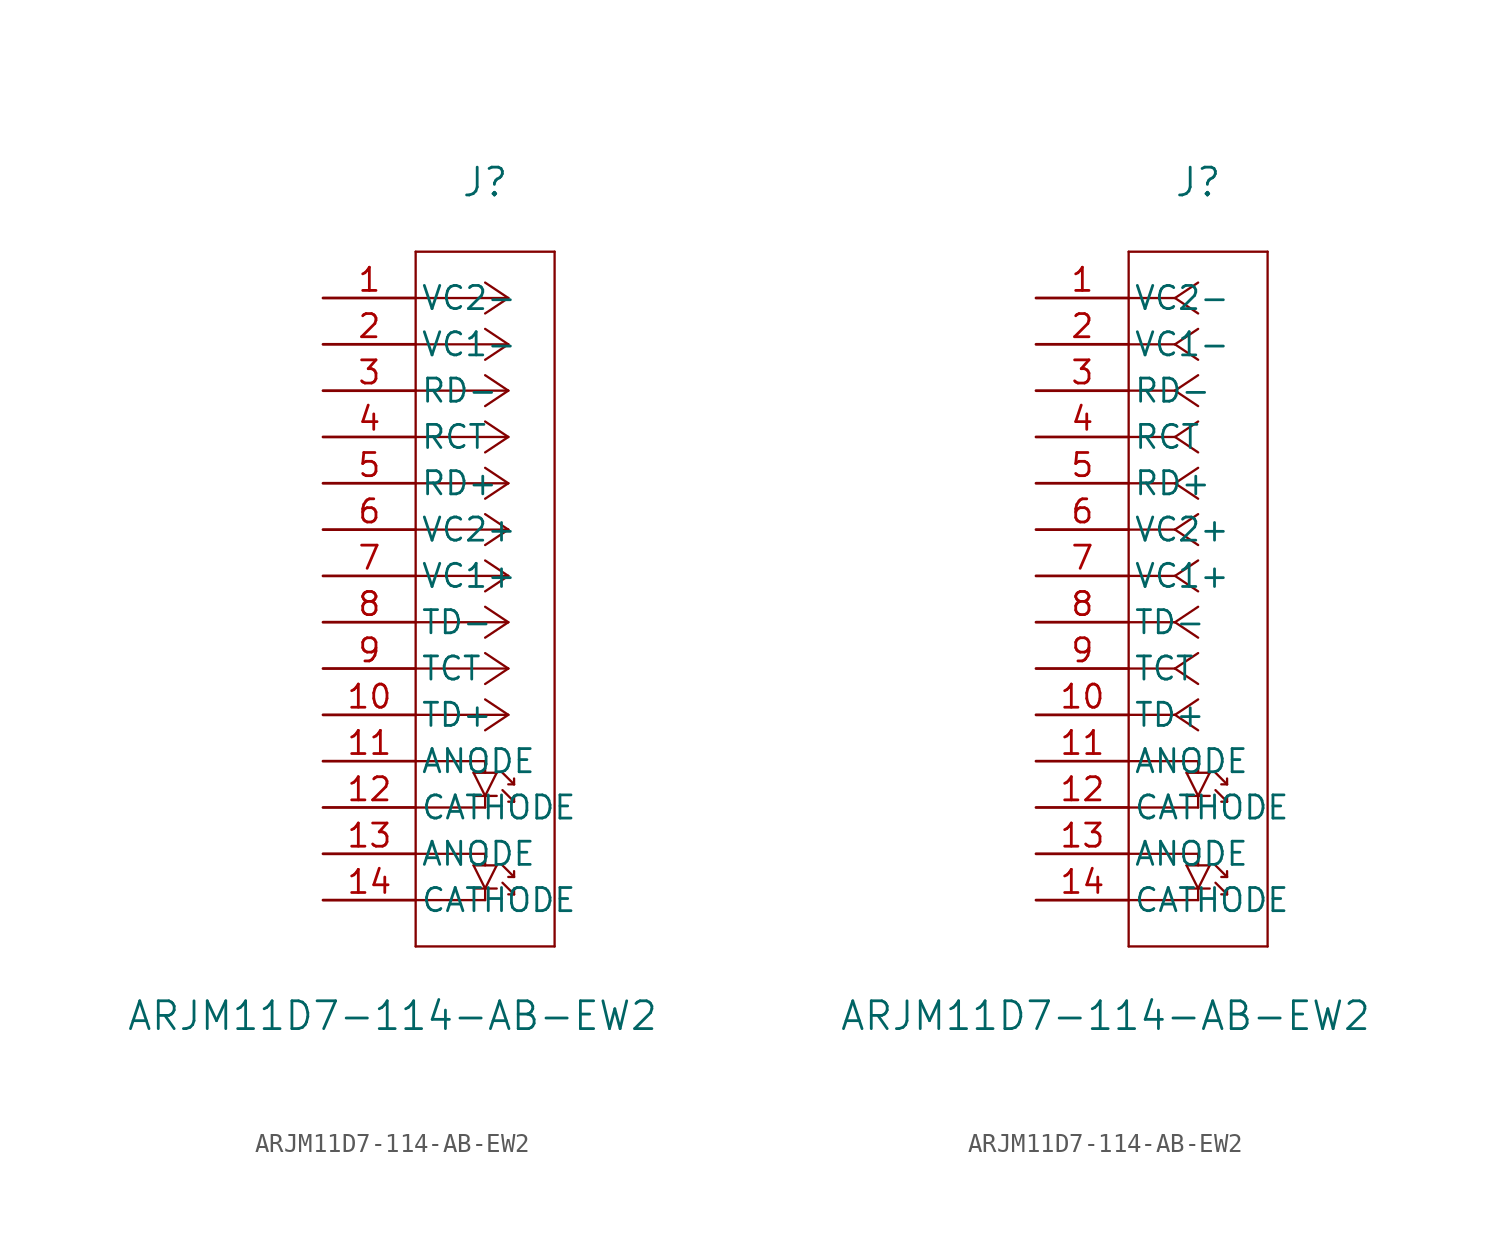
<source format=kicad_sym>
(kicad_symbol_lib
  (version 20211014)
  (generator kicad_symbol_editor)
  (symbol "ARJM11D7-114-AB-EW2"
    (pin_names
      (offset 0.254))
    (property "Reference" "J"
      (at 8.89 6.35 0)
      (effects (font (size 1.524 1.524))))
    (property "Value" "ARJM11D7-114-AB-EW2"
      (at 3.81 -39.37 0)
      (effects (font (size 1.524 1.524))))
    (property "ki_locked" ""
      (at 0 0 0)
      (effects (font (size 1.27 1.27))))
    (symbol "ARJM11D7-114-AB-EW2_1_1"
      (polyline (pts (xy 5.08 -35.56) (xy 12.7 -35.56)) (stroke (width 0.127) (type default) (color 0 0 0 0)) (fill (type none)))
      (polyline (pts (xy 5.08 2.54) (xy 5.08 -35.56)) (stroke (width 0.127) (type default) (color 0 0 0 0)) (fill (type none)))
      (polyline (pts (xy 8.255 -32.385) (xy 9.525 -32.385)) (stroke (width 0.127) (type default) (color 0 0 0 0)) (fill (type none)))
      (polyline (pts (xy 8.255 -31.115) (xy 9.525 -31.115)) (stroke (width 0.127) (type default) (color 0 0 0 0)) (fill (type none)))
      (polyline (pts (xy 8.255 -27.305) (xy 9.525 -27.305)) (stroke (width 0.127) (type default) (color 0 0 0 0)) (fill (type none)))
      (polyline (pts (xy 8.255 -26.035) (xy 9.525 -26.035)) (stroke (width 0.127) (type default) (color 0 0 0 0)) (fill (type none)))
      (polyline (pts (xy 8.89 -33.02) (xy 5.08 -33.02)) (stroke (width 0.127) (type default) (color 0 0 0 0)) (fill (type none)))
      (polyline (pts (xy 8.89 -32.385) (xy 8.255 -31.115)) (stroke (width 0.127) (type default) (color 0 0 0 0)) (fill (type none)))
      (polyline (pts (xy 8.89 -32.385) (xy 8.89 -33.02)) (stroke (width 0.127) (type default) (color 0 0 0 0)) (fill (type none)))
      (polyline (pts (xy 8.89 -30.48) (xy 5.08 -30.48)) (stroke (width 0.127) (type default) (color 0 0 0 0)) (fill (type none)))
      (polyline (pts (xy 8.89 -30.48) (xy 8.89 -31.115)) (stroke (width 0.127) (type default) (color 0 0 0 0)) (fill (type none)))
      (polyline (pts (xy 8.89 -27.94) (xy 5.08 -27.94)) (stroke (width 0.127) (type default) (color 0 0 0 0)) (fill (type none)))
      (polyline (pts (xy 8.89 -27.305) (xy 8.255 -26.035)) (stroke (width 0.127) (type default) (color 0 0 0 0)) (fill (type none)))
      (polyline (pts (xy 8.89 -27.305) (xy 8.89 -27.94)) (stroke (width 0.127) (type default) (color 0 0 0 0)) (fill (type none)))
      (polyline (pts (xy 8.89 -25.4) (xy 5.08 -25.4)) (stroke (width 0.127) (type default) (color 0 0 0 0)) (fill (type none)))
      (polyline (pts (xy 8.89 -25.4) (xy 8.89 -26.035)) (stroke (width 0.127) (type default) (color 0 0 0 0)) (fill (type none)))
      (polyline (pts (xy 9.525 -31.115) (xy 8.89 -32.385)) (stroke (width 0.127) (type default) (color 0 0 0 0)) (fill (type none)))
      (polyline (pts (xy 9.525 -26.035) (xy 8.89 -27.305)) (stroke (width 0.127) (type default) (color 0 0 0 0)) (fill (type none)))
      (polyline (pts (xy 9.842 -32.068) (xy 10.477 -32.703)) (stroke (width 0.127) (type default) (color 0 0 0 0)) (fill (type none)))
      (polyline (pts (xy 9.842 -31.115) (xy 10.477 -31.75)) (stroke (width 0.127) (type default) (color 0 0 0 0)) (fill (type none)))
      (polyline (pts (xy 9.842 -26.988) (xy 10.477 -27.622)) (stroke (width 0.127) (type default) (color 0 0 0 0)) (fill (type none)))
      (polyline (pts (xy 9.842 -26.035) (xy 10.477 -26.67)) (stroke (width 0.127) (type default) (color 0 0 0 0)) (fill (type none)))
      (polyline (pts (xy 10.16 -22.86) (xy 5.08 -22.86)) (stroke (width 0.127) (type default) (color 0 0 0 0)) (fill (type none)))
      (polyline (pts (xy 10.16 -22.86) (xy 8.89 -23.707)) (stroke (width 0.127) (type default) (color 0 0 0 0)) (fill (type none)))
      (polyline (pts (xy 10.16 -22.86) (xy 8.89 -22.013)) (stroke (width 0.127) (type default) (color 0 0 0 0)) (fill (type none)))
      (polyline (pts (xy 10.16 -20.32) (xy 5.08 -20.32)) (stroke (width 0.127) (type default) (color 0 0 0 0)) (fill (type none)))
      (polyline (pts (xy 10.16 -20.32) (xy 8.89 -21.167)) (stroke (width 0.127) (type default) (color 0 0 0 0)) (fill (type none)))
      (polyline (pts (xy 10.16 -20.32) (xy 8.89 -19.473)) (stroke (width 0.127) (type default) (color 0 0 0 0)) (fill (type none)))
      (polyline (pts (xy 10.16 -17.78) (xy 5.08 -17.78)) (stroke (width 0.127) (type default) (color 0 0 0 0)) (fill (type none)))
      (polyline (pts (xy 10.16 -17.78) (xy 8.89 -18.627)) (stroke (width 0.127) (type default) (color 0 0 0 0)) (fill (type none)))
      (polyline (pts (xy 10.16 -17.78) (xy 8.89 -16.933)) (stroke (width 0.127) (type default) (color 0 0 0 0)) (fill (type none)))
      (polyline (pts (xy 10.16 -15.24) (xy 5.08 -15.24)) (stroke (width 0.127) (type default) (color 0 0 0 0)) (fill (type none)))
      (polyline (pts (xy 10.16 -15.24) (xy 8.89 -16.087)) (stroke (width 0.127) (type default) (color 0 0 0 0)) (fill (type none)))
      (polyline (pts (xy 10.16 -15.24) (xy 8.89 -14.393)) (stroke (width 0.127) (type default) (color 0 0 0 0)) (fill (type none)))
      (polyline (pts (xy 10.16 -12.7) (xy 5.08 -12.7)) (stroke (width 0.127) (type default) (color 0 0 0 0)) (fill (type none)))
      (polyline (pts (xy 10.16 -12.7) (xy 8.89 -13.547)) (stroke (width 0.127) (type default) (color 0 0 0 0)) (fill (type none)))
      (polyline (pts (xy 10.16 -12.7) (xy 8.89 -11.853)) (stroke (width 0.127) (type default) (color 0 0 0 0)) (fill (type none)))
      (polyline (pts (xy 10.16 -10.16) (xy 5.08 -10.16)) (stroke (width 0.127) (type default) (color 0 0 0 0)) (fill (type none)))
      (polyline (pts (xy 10.16 -10.16) (xy 8.89 -11.007)) (stroke (width 0.127) (type default) (color 0 0 0 0)) (fill (type none)))
      (polyline (pts (xy 10.16 -10.16) (xy 8.89 -9.313)) (stroke (width 0.127) (type default) (color 0 0 0 0)) (fill (type none)))
      (polyline (pts (xy 10.16 -7.62) (xy 5.08 -7.62)) (stroke (width 0.127) (type default) (color 0 0 0 0)) (fill (type none)))
      (polyline (pts (xy 10.16 -7.62) (xy 8.89 -8.467)) (stroke (width 0.127) (type default) (color 0 0 0 0)) (fill (type none)))
      (polyline (pts (xy 10.16 -7.62) (xy 8.89 -6.773)) (stroke (width 0.127) (type default) (color 0 0 0 0)) (fill (type none)))
      (polyline (pts (xy 10.16 -5.08) (xy 5.08 -5.08)) (stroke (width 0.127) (type default) (color 0 0 0 0)) (fill (type none)))
      (polyline (pts (xy 10.16 -5.08) (xy 8.89 -5.927)) (stroke (width 0.127) (type default) (color 0 0 0 0)) (fill (type none)))
      (polyline (pts (xy 10.16 -5.08) (xy 8.89 -4.233)) (stroke (width 0.127) (type default) (color 0 0 0 0)) (fill (type none)))
      (polyline (pts (xy 10.16 -2.54) (xy 5.08 -2.54)) (stroke (width 0.127) (type default) (color 0 0 0 0)) (fill (type none)))
      (polyline (pts (xy 10.16 -2.54) (xy 8.89 -3.387)) (stroke (width 0.127) (type default) (color 0 0 0 0)) (fill (type none)))
      (polyline (pts (xy 10.16 -2.54) (xy 8.89 -1.693)) (stroke (width 0.127) (type default) (color 0 0 0 0)) (fill (type none)))
      (polyline (pts (xy 10.16 0) (xy 5.08 0)) (stroke (width 0.127) (type default) (color 0 0 0 0)) (fill (type none)))
      (polyline (pts (xy 10.16 0) (xy 8.89 -0.847)) (stroke (width 0.127) (type default) (color 0 0 0 0)) (fill (type none)))
      (polyline (pts (xy 10.16 0) (xy 8.89 0.847)) (stroke (width 0.127) (type default) (color 0 0 0 0)) (fill (type none)))
      (polyline (pts (xy 10.477 -32.703) (xy 10.16 -32.703)) (stroke (width 0.127) (type default) (color 0 0 0 0)) (fill (type none)))
      (polyline (pts (xy 10.477 -32.703) (xy 10.477 -32.385)) (stroke (width 0.127) (type default) (color 0 0 0 0)) (fill (type none)))
      (polyline (pts (xy 10.477 -31.75) (xy 10.16 -31.75)) (stroke (width 0.127) (type default) (color 0 0 0 0)) (fill (type none)))
      (polyline (pts (xy 10.477 -31.75) (xy 10.477 -31.433)) (stroke (width 0.127) (type default) (color 0 0 0 0)) (fill (type none)))
      (polyline (pts (xy 10.477 -27.622) (xy 10.16 -27.622)) (stroke (width 0.127) (type default) (color 0 0 0 0)) (fill (type none)))
      (polyline (pts (xy 10.477 -27.622) (xy 10.477 -27.305)) (stroke (width 0.127) (type default) (color 0 0 0 0)) (fill (type none)))
      (polyline (pts (xy 10.477 -26.67) (xy 10.16 -26.67)) (stroke (width 0.127) (type default) (color 0 0 0 0)) (fill (type none)))
      (polyline (pts (xy 10.477 -26.67) (xy 10.477 -26.352)) (stroke (width 0.127) (type default) (color 0 0 0 0)) (fill (type none)))
      (polyline (pts (xy 12.7 -35.56) (xy 12.7 2.54)) (stroke (width 0.127) (type default) (color 0 0 0 0)) (fill (type none)))
      (polyline (pts (xy 12.7 2.54) (xy 5.08 2.54)) (stroke (width 0.127) (type default) (color 0 0 0 0)) (fill (type none)))
      (pin unspecified line (at 0 0 0) (length 5.08) (name "VC2-" (effects (font (size 1.27 1.27)))) (number "1" (effects (font (size 1.27 1.27)))))
      (pin unspecified line (at 0 -22.86 0) (length 5.08) (name "TD+" (effects (font (size 1.27 1.27)))) (number "10" (effects (font (size 1.27 1.27)))))
      (pin unspecified line (at 0 -25.4 0) (length 5.08) (name "ANODE" (effects (font (size 1.27 1.27)))) (number "11" (effects (font (size 1.27 1.27)))))
      (pin unspecified line (at 0 -27.94 0) (length 5.08) (name "CATHODE" (effects (font (size 1.27 1.27)))) (number "12" (effects (font (size 1.27 1.27)))))
      (pin unspecified line (at 0 -30.48 0) (length 5.08) (name "ANODE" (effects (font (size 1.27 1.27)))) (number "13" (effects (font (size 1.27 1.27)))))
      (pin unspecified line (at 0 -33.02 0) (length 5.08) (name "CATHODE" (effects (font (size 1.27 1.27)))) (number "14" (effects (font (size 1.27 1.27)))))
      (pin unspecified line (at 0 -2.54 0) (length 5.08) (name "VC1-" (effects (font (size 1.27 1.27)))) (number "2" (effects (font (size 1.27 1.27)))))
      (pin unspecified line (at 0 -5.08 0) (length 5.08) (name "RD-" (effects (font (size 1.27 1.27)))) (number "3" (effects (font (size 1.27 1.27)))))
      (pin unspecified line (at 0 -7.62 0) (length 5.08) (name "RCT" (effects (font (size 1.27 1.27)))) (number "4" (effects (font (size 1.27 1.27)))))
      (pin unspecified line (at 0 -10.16 0) (length 5.08) (name "RD+" (effects (font (size 1.27 1.27)))) (number "5" (effects (font (size 1.27 1.27)))))
      (pin unspecified line (at 0 -12.7 0) (length 5.08) (name "VC2+" (effects (font (size 1.27 1.27)))) (number "6" (effects (font (size 1.27 1.27)))))
      (pin unspecified line (at 0 -15.24 0) (length 5.08) (name "VC1+" (effects (font (size 1.27 1.27)))) (number "7" (effects (font (size 1.27 1.27)))))
      (pin unspecified line (at 0 -17.78 0) (length 5.08) (name "TD-" (effects (font (size 1.27 1.27)))) (number "8" (effects (font (size 1.27 1.27)))))
      (pin unspecified line (at 0 -20.32 0) (length 5.08) (name "TCT" (effects (font (size 1.27 1.27)))) (number "9" (effects (font (size 1.27 1.27))))))
    (symbol "ARJM11D7-114-AB-EW2_1_2"
      (polyline (pts (xy 5.08 -35.56) (xy 12.7 -35.56)) (stroke (width 0.127) (type default) (color 0 0 0 0)) (fill (type none)))
      (polyline (pts (xy 5.08 2.54) (xy 5.08 -35.56)) (stroke (width 0.127) (type default) (color 0 0 0 0)) (fill (type none)))
      (polyline (pts (xy 7.62 -22.86) (xy 5.08 -22.86)) (stroke (width 0.127) (type default) (color 0 0 0 0)) (fill (type none)))
      (polyline (pts (xy 7.62 -22.86) (xy 8.89 -23.707)) (stroke (width 0.127) (type default) (color 0 0 0 0)) (fill (type none)))
      (polyline (pts (xy 7.62 -22.86) (xy 8.89 -22.013)) (stroke (width 0.127) (type default) (color 0 0 0 0)) (fill (type none)))
      (polyline (pts (xy 7.62 -20.32) (xy 5.08 -20.32)) (stroke (width 0.127) (type default) (color 0 0 0 0)) (fill (type none)))
      (polyline (pts (xy 7.62 -20.32) (xy 8.89 -21.167)) (stroke (width 0.127) (type default) (color 0 0 0 0)) (fill (type none)))
      (polyline (pts (xy 7.62 -20.32) (xy 8.89 -19.473)) (stroke (width 0.127) (type default) (color 0 0 0 0)) (fill (type none)))
      (polyline (pts (xy 7.62 -17.78) (xy 5.08 -17.78)) (stroke (width 0.127) (type default) (color 0 0 0 0)) (fill (type none)))
      (polyline (pts (xy 7.62 -17.78) (xy 8.89 -18.627)) (stroke (width 0.127) (type default) (color 0 0 0 0)) (fill (type none)))
      (polyline (pts (xy 7.62 -17.78) (xy 8.89 -16.933)) (stroke (width 0.127) (type default) (color 0 0 0 0)) (fill (type none)))
      (polyline (pts (xy 7.62 -15.24) (xy 5.08 -15.24)) (stroke (width 0.127) (type default) (color 0 0 0 0)) (fill (type none)))
      (polyline (pts (xy 7.62 -15.24) (xy 8.89 -16.087)) (stroke (width 0.127) (type default) (color 0 0 0 0)) (fill (type none)))
      (polyline (pts (xy 7.62 -15.24) (xy 8.89 -14.393)) (stroke (width 0.127) (type default) (color 0 0 0 0)) (fill (type none)))
      (polyline (pts (xy 7.62 -12.7) (xy 5.08 -12.7)) (stroke (width 0.127) (type default) (color 0 0 0 0)) (fill (type none)))
      (polyline (pts (xy 7.62 -12.7) (xy 8.89 -13.547)) (stroke (width 0.127) (type default) (color 0 0 0 0)) (fill (type none)))
      (polyline (pts (xy 7.62 -12.7) (xy 8.89 -11.853)) (stroke (width 0.127) (type default) (color 0 0 0 0)) (fill (type none)))
      (polyline (pts (xy 7.62 -10.16) (xy 5.08 -10.16)) (stroke (width 0.127) (type default) (color 0 0 0 0)) (fill (type none)))
      (polyline (pts (xy 7.62 -10.16) (xy 8.89 -11.007)) (stroke (width 0.127) (type default) (color 0 0 0 0)) (fill (type none)))
      (polyline (pts (xy 7.62 -10.16) (xy 8.89 -9.313)) (stroke (width 0.127) (type default) (color 0 0 0 0)) (fill (type none)))
      (polyline (pts (xy 7.62 -7.62) (xy 5.08 -7.62)) (stroke (width 0.127) (type default) (color 0 0 0 0)) (fill (type none)))
      (polyline (pts (xy 7.62 -7.62) (xy 8.89 -8.467)) (stroke (width 0.127) (type default) (color 0 0 0 0)) (fill (type none)))
      (polyline (pts (xy 7.62 -7.62) (xy 8.89 -6.773)) (stroke (width 0.127) (type default) (color 0 0 0 0)) (fill (type none)))
      (polyline (pts (xy 7.62 -5.08) (xy 5.08 -5.08)) (stroke (width 0.127) (type default) (color 0 0 0 0)) (fill (type none)))
      (polyline (pts (xy 7.62 -5.08) (xy 8.89 -5.927)) (stroke (width 0.127) (type default) (color 0 0 0 0)) (fill (type none)))
      (polyline (pts (xy 7.62 -5.08) (xy 8.89 -4.233)) (stroke (width 0.127) (type default) (color 0 0 0 0)) (fill (type none)))
      (polyline (pts (xy 7.62 -2.54) (xy 5.08 -2.54)) (stroke (width 0.127) (type default) (color 0 0 0 0)) (fill (type none)))
      (polyline (pts (xy 7.62 -2.54) (xy 8.89 -3.387)) (stroke (width 0.127) (type default) (color 0 0 0 0)) (fill (type none)))
      (polyline (pts (xy 7.62 -2.54) (xy 8.89 -1.693)) (stroke (width 0.127) (type default) (color 0 0 0 0)) (fill (type none)))
      (polyline (pts (xy 7.62 0) (xy 5.08 0)) (stroke (width 0.127) (type default) (color 0 0 0 0)) (fill (type none)))
      (polyline (pts (xy 7.62 0) (xy 8.89 -0.847)) (stroke (width 0.127) (type default) (color 0 0 0 0)) (fill (type none)))
      (polyline (pts (xy 7.62 0) (xy 8.89 0.847)) (stroke (width 0.127) (type default) (color 0 0 0 0)) (fill (type none)))
      (polyline (pts (xy 8.255 -32.385) (xy 9.525 -32.385)) (stroke (width 0.127) (type default) (color 0 0 0 0)) (fill (type none)))
      (polyline (pts (xy 8.255 -31.115) (xy 9.525 -31.115)) (stroke (width 0.127) (type default) (color 0 0 0 0)) (fill (type none)))
      (polyline (pts (xy 8.255 -27.305) (xy 9.525 -27.305)) (stroke (width 0.127) (type default) (color 0 0 0 0)) (fill (type none)))
      (polyline (pts (xy 8.255 -26.035) (xy 9.525 -26.035)) (stroke (width 0.127) (type default) (color 0 0 0 0)) (fill (type none)))
      (polyline (pts (xy 8.89 -33.02) (xy 5.08 -33.02)) (stroke (width 0.127) (type default) (color 0 0 0 0)) (fill (type none)))
      (polyline (pts (xy 8.89 -32.385) (xy 8.255 -31.115)) (stroke (width 0.127) (type default) (color 0 0 0 0)) (fill (type none)))
      (polyline (pts (xy 8.89 -32.385) (xy 8.89 -33.02)) (stroke (width 0.127) (type default) (color 0 0 0 0)) (fill (type none)))
      (polyline (pts (xy 8.89 -30.48) (xy 5.08 -30.48)) (stroke (width 0.127) (type default) (color 0 0 0 0)) (fill (type none)))
      (polyline (pts (xy 8.89 -30.48) (xy 8.89 -31.115)) (stroke (width 0.127) (type default) (color 0 0 0 0)) (fill (type none)))
      (polyline (pts (xy 8.89 -27.94) (xy 5.08 -27.94)) (stroke (width 0.127) (type default) (color 0 0 0 0)) (fill (type none)))
      (polyline (pts (xy 8.89 -27.305) (xy 8.255 -26.035)) (stroke (width 0.127) (type default) (color 0 0 0 0)) (fill (type none)))
      (polyline (pts (xy 8.89 -27.305) (xy 8.89 -27.94)) (stroke (width 0.127) (type default) (color 0 0 0 0)) (fill (type none)))
      (polyline (pts (xy 8.89 -25.4) (xy 5.08 -25.4)) (stroke (width 0.127) (type default) (color 0 0 0 0)) (fill (type none)))
      (polyline (pts (xy 8.89 -25.4) (xy 8.89 -26.035)) (stroke (width 0.127) (type default) (color 0 0 0 0)) (fill (type none)))
      (polyline (pts (xy 9.525 -31.115) (xy 8.89 -32.385)) (stroke (width 0.127) (type default) (color 0 0 0 0)) (fill (type none)))
      (polyline (pts (xy 9.525 -26.035) (xy 8.89 -27.305)) (stroke (width 0.127) (type default) (color 0 0 0 0)) (fill (type none)))
      (polyline (pts (xy 9.842 -32.068) (xy 10.477 -32.703)) (stroke (width 0.127) (type default) (color 0 0 0 0)) (fill (type none)))
      (polyline (pts (xy 9.842 -31.115) (xy 10.477 -31.75)) (stroke (width 0.127) (type default) (color 0 0 0 0)) (fill (type none)))
      (polyline (pts (xy 9.842 -26.988) (xy 10.477 -27.622)) (stroke (width 0.127) (type default) (color 0 0 0 0)) (fill (type none)))
      (polyline (pts (xy 9.842 -26.035) (xy 10.477 -26.67)) (stroke (width 0.127) (type default) (color 0 0 0 0)) (fill (type none)))
      (polyline (pts (xy 10.477 -32.703) (xy 10.16 -32.703)) (stroke (width 0.127) (type default) (color 0 0 0 0)) (fill (type none)))
      (polyline (pts (xy 10.477 -32.703) (xy 10.477 -32.385)) (stroke (width 0.127) (type default) (color 0 0 0 0)) (fill (type none)))
      (polyline (pts (xy 10.477 -31.75) (xy 10.16 -31.75)) (stroke (width 0.127) (type default) (color 0 0 0 0)) (fill (type none)))
      (polyline (pts (xy 10.477 -31.75) (xy 10.477 -31.433)) (stroke (width 0.127) (type default) (color 0 0 0 0)) (fill (type none)))
      (polyline (pts (xy 10.477 -27.622) (xy 10.16 -27.622)) (stroke (width 0.127) (type default) (color 0 0 0 0)) (fill (type none)))
      (polyline (pts (xy 10.477 -27.622) (xy 10.477 -27.305)) (stroke (width 0.127) (type default) (color 0 0 0 0)) (fill (type none)))
      (polyline (pts (xy 10.477 -26.67) (xy 10.16 -26.67)) (stroke (width 0.127) (type default) (color 0 0 0 0)) (fill (type none)))
      (polyline (pts (xy 10.477 -26.67) (xy 10.477 -26.352)) (stroke (width 0.127) (type default) (color 0 0 0 0)) (fill (type none)))
      (polyline (pts (xy 12.7 -35.56) (xy 12.7 2.54)) (stroke (width 0.127) (type default) (color 0 0 0 0)) (fill (type none)))
      (polyline (pts (xy 12.7 2.54) (xy 5.08 2.54)) (stroke (width 0.127) (type default) (color 0 0 0 0)) (fill (type none)))
      (pin unspecified line (at 0 0 0) (length 5.08) (name "VC2-" (effects (font (size 1.27 1.27)))) (number "1" (effects (font (size 1.27 1.27)))))
      (pin unspecified line (at 0 -22.86 0) (length 5.08) (name "TD+" (effects (font (size 1.27 1.27)))) (number "10" (effects (font (size 1.27 1.27)))))
      (pin unspecified line (at 0 -25.4 0) (length 5.08) (name "ANODE" (effects (font (size 1.27 1.27)))) (number "11" (effects (font (size 1.27 1.27)))))
      (pin unspecified line (at 0 -27.94 0) (length 5.08) (name "CATHODE" (effects (font (size 1.27 1.27)))) (number "12" (effects (font (size 1.27 1.27)))))
      (pin unspecified line (at 0 -30.48 0) (length 5.08) (name "ANODE" (effects (font (size 1.27 1.27)))) (number "13" (effects (font (size 1.27 1.27)))))
      (pin unspecified line (at 0 -33.02 0) (length 5.08) (name "CATHODE" (effects (font (size 1.27 1.27)))) (number "14" (effects (font (size 1.27 1.27)))))
      (pin unspecified line (at 0 -2.54 0) (length 5.08) (name "VC1-" (effects (font (size 1.27 1.27)))) (number "2" (effects (font (size 1.27 1.27)))))
      (pin unspecified line (at 0 -5.08 0) (length 5.08) (name "RD-" (effects (font (size 1.27 1.27)))) (number "3" (effects (font (size 1.27 1.27)))))
      (pin unspecified line (at 0 -7.62 0) (length 5.08) (name "RCT" (effects (font (size 1.27 1.27)))) (number "4" (effects (font (size 1.27 1.27)))))
      (pin unspecified line (at 0 -10.16 0) (length 5.08) (name "RD+" (effects (font (size 1.27 1.27)))) (number "5" (effects (font (size 1.27 1.27)))))
      (pin unspecified line (at 0 -12.7 0) (length 5.08) (name "VC2+" (effects (font (size 1.27 1.27)))) (number "6" (effects (font (size 1.27 1.27)))))
      (pin unspecified line (at 0 -15.24 0) (length 5.08) (name "VC1+" (effects (font (size 1.27 1.27)))) (number "7" (effects (font (size 1.27 1.27)))))
      (pin unspecified line (at 0 -17.78 0) (length 5.08) (name "TD-" (effects (font (size 1.27 1.27)))) (number "8" (effects (font (size 1.27 1.27)))))
      (pin unspecified line (at 0 -20.32 0) (length 5.08) (name "TCT" (effects (font (size 1.27 1.27)))) (number "9" (effects (font (size 1.27 1.27))))))))
</source>
